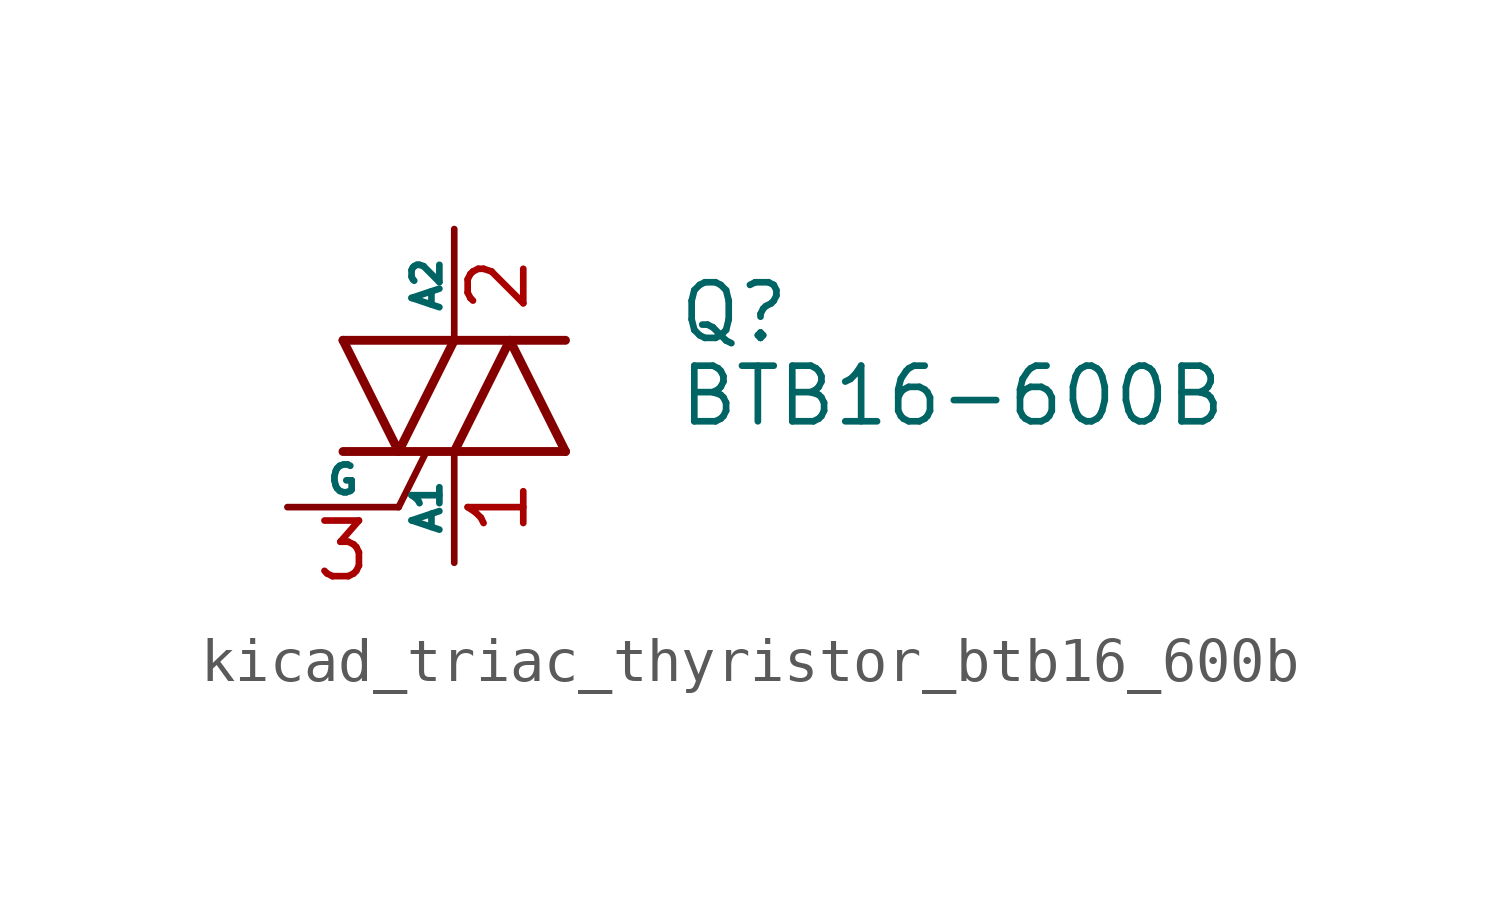
<source format=kicad_sym>
(kicad_symbol_lib
  (version 20220914)
  (generator kicad_symbol_editor)
  (symbol "kicad_triac_thyristor_btb16_600b"
    (pin_names
      (offset 0))
    (property "Reference" "Q"
      (at 5.08 1.905 0)
      (effects (font (size 1.27 1.27)) (justify left)))
    (property "Value" "BTB16-600B"
      (at 5.08 0 0)
      (effects (font (size 1.27 1.27)) (justify left)))
    (symbol "kicad_triac_thyristor_btb16_600b_0_1"
      (polyline (pts (xy -2.54 -1.27) (xy 2.54 -1.27)) (stroke (width 0.203) (type default)) (fill (type none)))
      (polyline (pts (xy -2.54 1.27) (xy 2.54 1.27)) (stroke (width 0.203) (type default)) (fill (type none)))
      (polyline (pts (xy -1.27 -2.54) (xy -0.635 -1.27)) (stroke (width 0) (type default)) (fill (type none)))
      (polyline (pts (xy -2.54 1.27) (xy -1.27 -1.27) (xy 0 1.27)) (stroke (width 0.203) (type default)) (fill (type none)))
      (polyline (pts (xy 0 -1.27) (xy 1.27 1.27) (xy 2.54 -1.27)) (stroke (width 0.203) (type default)) (fill (type none))))
    (symbol "kicad_triac_thyristor_btb16_600b_1_1"
      (pin passive line (at 0 -3.81 90) (length 2.54) (name "A1" (effects (font (size 0.635 0.635)))) (number "1" (effects (font (size 1.27 1.27)))))
      (pin passive line (at 0 3.81 270) (length 2.54) (name "A2" (effects (font (size 0.635 0.635)))) (number "2" (effects (font (size 1.27 1.27)))))
      (pin input line (at -3.81 -2.54 0) (length 2.54) (name "G" (effects (font (size 0.635 0.635)))) (number "3" (effects (font (size 1.27 1.27))))))))
</source>
